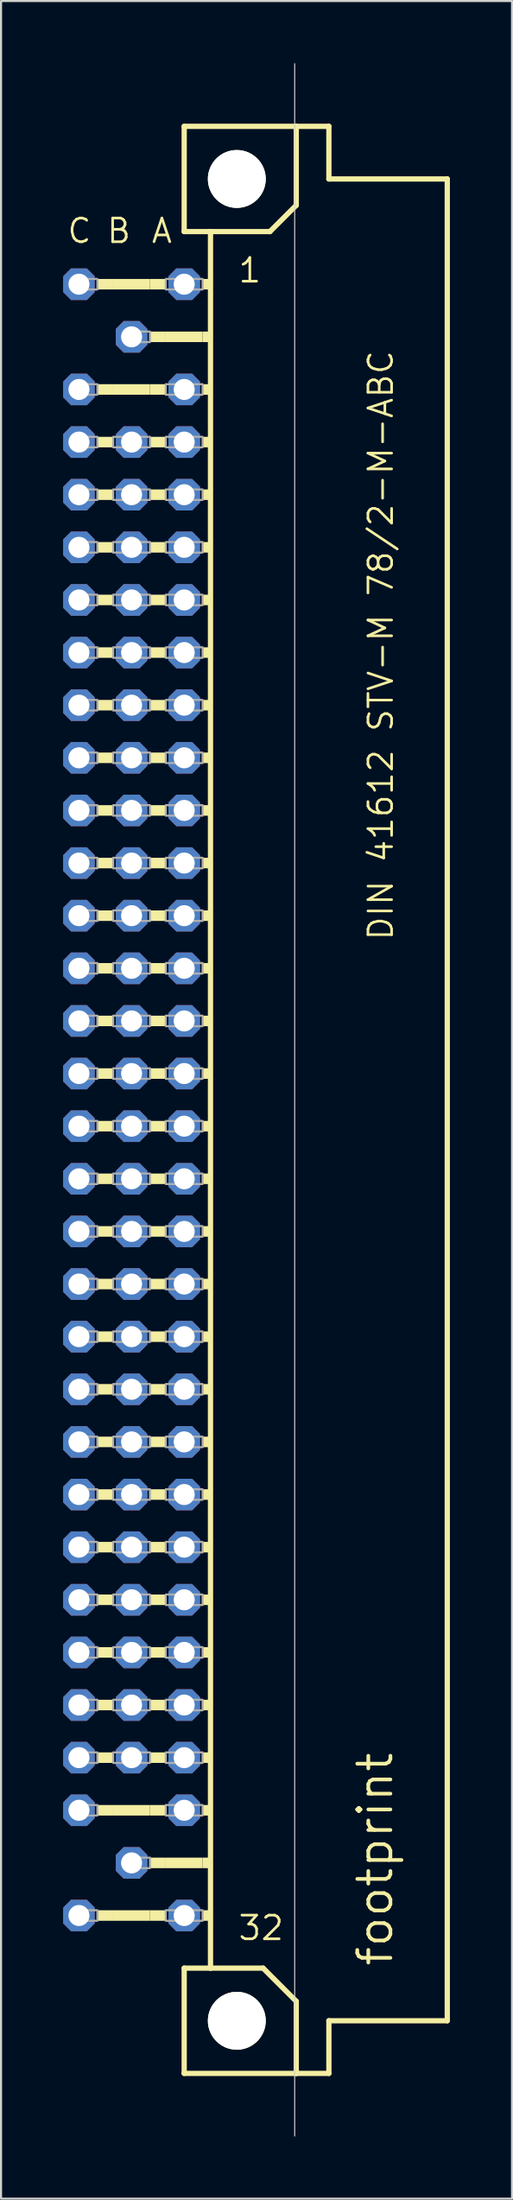
<source format=kicad_pcb>
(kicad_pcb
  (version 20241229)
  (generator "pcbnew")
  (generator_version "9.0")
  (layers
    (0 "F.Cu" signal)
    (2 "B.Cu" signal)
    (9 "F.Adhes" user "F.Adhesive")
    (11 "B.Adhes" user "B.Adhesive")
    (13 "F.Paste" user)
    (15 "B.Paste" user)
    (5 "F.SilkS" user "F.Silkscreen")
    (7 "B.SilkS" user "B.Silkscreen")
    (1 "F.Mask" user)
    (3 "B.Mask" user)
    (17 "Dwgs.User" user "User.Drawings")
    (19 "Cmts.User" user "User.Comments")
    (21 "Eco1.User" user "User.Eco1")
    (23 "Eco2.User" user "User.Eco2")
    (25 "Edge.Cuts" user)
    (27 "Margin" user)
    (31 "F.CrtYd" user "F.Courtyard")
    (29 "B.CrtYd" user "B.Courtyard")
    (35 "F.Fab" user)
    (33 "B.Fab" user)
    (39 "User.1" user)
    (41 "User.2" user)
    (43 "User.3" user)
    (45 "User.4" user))
  (footprint "footprint"
    (layer "F.Cu")
    (at 8.382 50.038)
    (property "Reference" "footprint" (at 7.62 41.91 90) (layer "F.SilkS") (effects (font (size 1.6 1.6) (thickness 0.178)) (justify left bottom)))
    (fp_line (start -2.54 -46.99) (end -2.54 -41.91) (stroke (width 0.254) (type solid)) (layer "F.SilkS"))
    (fp_line (start -2.54 -41.91) (end -1.27 -41.91) (stroke (width 0.254) (type solid)) (layer "F.SilkS"))
    (fp_line (start -2.54 41.91) (end -2.54 46.99) (stroke (width 0.254) (type solid)) (layer "F.SilkS"))
    (fp_line (start -2.54 41.91) (end -1.27 41.91) (stroke (width 0.254) (type solid)) (layer "F.SilkS"))
    (fp_line (start -2.54 46.99) (end 2.87 46.99) (stroke (width 0.254) (type solid)) (layer "F.SilkS"))
    (fp_line (start -1.27 -41.91) (end -1.27 41.91) (stroke (width 0.254) (type solid)) (layer "F.SilkS"))
    (fp_line (start -1.27 -41.91) (end 1.6 -41.91) (stroke (width 0.254) (type solid)) (layer "F.SilkS"))
    (fp_line (start -1.27 41.91) (end 1.27 41.91) (stroke (width 0.254) (type solid)) (layer "F.SilkS"))
    (fp_line (start 1.6 -41.91) (end 2.87 -43.18) (stroke (width 0.254) (type solid)) (layer "F.SilkS"))
    (fp_line (start 2.87 -46.99) (end -2.54 -46.99) (stroke (width 0.254) (type solid)) (layer "F.SilkS"))
    (fp_line (start 2.87 -43.18) (end 2.87 -46.99) (stroke (width 0.254) (type solid)) (layer "F.SilkS"))
    (fp_line (start 2.87 43.51) (end 1.27 41.91) (stroke (width 0.254) (type solid)) (layer "F.SilkS"))
    (fp_line (start 2.87 43.51) (end 2.87 46.99) (stroke (width 0.254) (type solid)) (layer "F.SilkS"))
    (fp_line (start 2.87 46.99) (end 4.445 46.99) (stroke (width 0.254) (type solid)) (layer "F.SilkS"))
    (fp_line (start 4.445 -46.99) (end 2.87 -46.99) (stroke (width 0.254) (type solid)) (layer "F.SilkS"))
    (fp_line (start 4.445 -44.45) (end 4.445 -46.99) (stroke (width 0.254) (type solid)) (layer "F.SilkS"))
    (fp_line (start 4.445 44.45) (end 10.16 44.45) (stroke (width 0.254) (type solid)) (layer "F.SilkS"))
    (fp_line (start 4.445 46.99) (end 4.445 44.45) (stroke (width 0.254) (type solid)) (layer "F.SilkS"))
    (fp_line (start 10.16 -44.45) (end 4.445 -44.45) (stroke (width 0.254) (type solid)) (layer "F.SilkS"))
    (fp_line (start 10.16 44.45) (end 10.16 -44.45) (stroke (width 0.254) (type solid)) (layer "F.SilkS"))
    (fp_circle (center 0 -44.45) (end 1.27 -44.45) (stroke (width 0.254) (type solid)) (fill no) (layer "F.SilkS"))
    (fp_circle (center 0 44.45) (end 1.27 44.45) (stroke (width 0.254) (type solid)) (fill no) (layer "F.SilkS"))
    (fp_poly (pts (xy -6.731 -39.116) (xy -5.969 -39.116) (xy -5.969 -39.624) (xy -6.731 -39.624)) (stroke (width 0) (type solid)) (fill yes) (layer "F.SilkS"))
    (fp_poly (pts (xy -6.731 -34.036) (xy -5.969 -34.036) (xy -5.969 -34.544) (xy -6.731 -34.544)) (stroke (width 0) (type solid)) (fill yes) (layer "F.SilkS"))
    (fp_poly (pts (xy -6.731 -31.496) (xy -5.969 -31.496) (xy -5.969 -32.004) (xy -6.731 -32.004)) (stroke (width 0) (type solid)) (fill yes) (layer "F.SilkS"))
    (fp_poly (pts (xy -6.731 -28.956) (xy -5.969 -28.956) (xy -5.969 -29.464) (xy -6.731 -29.464)) (stroke (width 0) (type solid)) (fill yes) (layer "F.SilkS"))
    (fp_poly (pts (xy -6.731 -26.416) (xy -5.969 -26.416) (xy -5.969 -26.924) (xy -6.731 -26.924)) (stroke (width 0) (type solid)) (fill yes) (layer "F.SilkS"))
    (fp_poly (pts (xy -6.731 -23.876) (xy -5.969 -23.876) (xy -5.969 -24.384) (xy -6.731 -24.384)) (stroke (width 0) (type solid)) (fill yes) (layer "F.SilkS"))
    (fp_poly (pts (xy -6.731 -21.336) (xy -5.969 -21.336) (xy -5.969 -21.844) (xy -6.731 -21.844)) (stroke (width 0) (type solid)) (fill yes) (layer "F.SilkS"))
    (fp_poly (pts (xy -6.731 -18.796) (xy -5.969 -18.796) (xy -5.969 -19.304) (xy -6.731 -19.304)) (stroke (width 0) (type solid)) (fill yes) (layer "F.SilkS"))
    (fp_poly (pts (xy -6.731 -16.256) (xy -5.969 -16.256) (xy -5.969 -16.764) (xy -6.731 -16.764)) (stroke (width 0) (type solid)) (fill yes) (layer "F.SilkS"))
    (fp_poly (pts (xy -6.731 -13.716) (xy -5.969 -13.716) (xy -5.969 -14.224) (xy -6.731 -14.224)) (stroke (width 0) (type solid)) (fill yes) (layer "F.SilkS"))
    (fp_poly (pts (xy -6.731 -11.176) (xy -5.969 -11.176) (xy -5.969 -11.684) (xy -6.731 -11.684)) (stroke (width 0) (type solid)) (fill yes) (layer "F.SilkS"))
    (fp_poly (pts (xy -6.731 -8.636) (xy -5.969 -8.636) (xy -5.969 -9.144) (xy -6.731 -9.144)) (stroke (width 0) (type solid)) (fill yes) (layer "F.SilkS"))
    (fp_poly (pts (xy -6.731 -6.096) (xy -5.969 -6.096) (xy -5.969 -6.604) (xy -6.731 -6.604)) (stroke (width 0) (type solid)) (fill yes) (layer "F.SilkS"))
    (fp_poly (pts (xy -6.731 -3.556) (xy -5.969 -3.556) (xy -5.969 -4.064) (xy -6.731 -4.064)) (stroke (width 0) (type solid)) (fill yes) (layer "F.SilkS"))
    (fp_poly (pts (xy -6.731 -1.016) (xy -5.969 -1.016) (xy -5.969 -1.524) (xy -6.731 -1.524)) (stroke (width 0) (type solid)) (fill yes) (layer "F.SilkS"))
    (fp_poly (pts (xy -6.731 1.524) (xy -5.969 1.524) (xy -5.969 1.016) (xy -6.731 1.016)) (stroke (width 0) (type solid)) (fill yes) (layer "F.SilkS"))
    (fp_poly (pts (xy -6.731 4.064) (xy -5.969 4.064) (xy -5.969 3.556) (xy -6.731 3.556)) (stroke (width 0) (type solid)) (fill yes) (layer "F.SilkS"))
    (fp_poly (pts (xy -6.731 6.604) (xy -5.969 6.604) (xy -5.969 6.096) (xy -6.731 6.096)) (stroke (width 0) (type solid)) (fill yes) (layer "F.SilkS"))
    (fp_poly (pts (xy -6.731 9.144) (xy -5.969 9.144) (xy -5.969 8.636) (xy -6.731 8.636)) (stroke (width 0) (type solid)) (fill yes) (layer "F.SilkS"))
    (fp_poly (pts (xy -6.731 11.684) (xy -5.969 11.684) (xy -5.969 11.176) (xy -6.731 11.176)) (stroke (width 0) (type solid)) (fill yes) (layer "F.SilkS"))
    (fp_poly (pts (xy -6.731 14.224) (xy -5.969 14.224) (xy -5.969 13.716) (xy -6.731 13.716)) (stroke (width 0) (type solid)) (fill yes) (layer "F.SilkS"))
    (fp_poly (pts (xy -6.731 16.764) (xy -5.969 16.764) (xy -5.969 16.256) (xy -6.731 16.256)) (stroke (width 0) (type solid)) (fill yes) (layer "F.SilkS"))
    (fp_poly (pts (xy -6.731 19.304) (xy -5.969 19.304) (xy -5.969 18.796) (xy -6.731 18.796)) (stroke (width 0) (type solid)) (fill yes) (layer "F.SilkS"))
    (fp_poly (pts (xy -6.731 21.844) (xy -5.969 21.844) (xy -5.969 21.336) (xy -6.731 21.336)) (stroke (width 0) (type solid)) (fill yes) (layer "F.SilkS"))
    (fp_poly (pts (xy -6.731 24.384) (xy -5.969 24.384) (xy -5.969 23.876) (xy -6.731 23.876)) (stroke (width 0) (type solid)) (fill yes) (layer "F.SilkS"))
    (fp_poly (pts (xy -6.731 26.924) (xy -5.969 26.924) (xy -5.969 26.416) (xy -6.731 26.416)) (stroke (width 0) (type solid)) (fill yes) (layer "F.SilkS"))
    (fp_poly (pts (xy -6.731 29.464) (xy -5.969 29.464) (xy -5.969 28.956) (xy -6.731 28.956)) (stroke (width 0) (type solid)) (fill yes) (layer "F.SilkS"))
    (fp_poly (pts (xy -6.731 32.004) (xy -5.969 32.004) (xy -5.969 31.496) (xy -6.731 31.496)) (stroke (width 0) (type solid)) (fill yes) (layer "F.SilkS"))
    (fp_poly (pts (xy -6.731 34.544) (xy -5.969 34.544) (xy -5.969 34.036) (xy -6.731 34.036)) (stroke (width 0) (type solid)) (fill yes) (layer "F.SilkS"))
    (fp_poly (pts (xy -6.731 39.624) (xy -5.969 39.624) (xy -5.969 39.116) (xy -6.731 39.116)) (stroke (width 0) (type solid)) (fill yes) (layer "F.SilkS"))
    (fp_poly (pts (xy -5.969 -39.116) (xy -4.191 -39.116) (xy -4.191 -39.624) (xy -5.969 -39.624)) (stroke (width 0) (type solid)) (fill yes) (layer "F.SilkS"))
    (fp_poly (pts (xy -5.969 -34.036) (xy -4.191 -34.036) (xy -4.191 -34.544) (xy -5.969 -34.544)) (stroke (width 0) (type solid)) (fill yes) (layer "F.SilkS"))
    (fp_poly (pts (xy -5.969 34.544) (xy -4.191 34.544) (xy -4.191 34.036) (xy -5.969 34.036)) (stroke (width 0) (type solid)) (fill yes) (layer "F.SilkS"))
    (fp_poly (pts (xy -5.969 39.624) (xy -4.191 39.624) (xy -4.191 39.116) (xy -5.969 39.116)) (stroke (width 0) (type solid)) (fill yes) (layer "F.SilkS"))
    (fp_poly (pts (xy -4.191 -39.116) (xy -3.429 -39.116) (xy -3.429 -39.624) (xy -4.191 -39.624)) (stroke (width 0) (type solid)) (fill yes) (layer "F.SilkS"))
    (fp_poly (pts (xy -4.191 -36.576) (xy -3.429 -36.576) (xy -3.429 -37.084) (xy -4.191 -37.084)) (stroke (width 0) (type solid)) (fill yes) (layer "F.SilkS"))
    (fp_poly (pts (xy -4.191 -34.036) (xy -3.429 -34.036) (xy -3.429 -34.544) (xy -4.191 -34.544)) (stroke (width 0) (type solid)) (fill yes) (layer "F.SilkS"))
    (fp_poly (pts (xy -4.191 -31.496) (xy -3.429 -31.496) (xy -3.429 -32.004) (xy -4.191 -32.004)) (stroke (width 0) (type solid)) (fill yes) (layer "F.SilkS"))
    (fp_poly (pts (xy -4.191 -28.956) (xy -3.429 -28.956) (xy -3.429 -29.464) (xy -4.191 -29.464)) (stroke (width 0) (type solid)) (fill yes) (layer "F.SilkS"))
    (fp_poly (pts (xy -4.191 -26.416) (xy -3.429 -26.416) (xy -3.429 -26.924) (xy -4.191 -26.924)) (stroke (width 0) (type solid)) (fill yes) (layer "F.SilkS"))
    (fp_poly (pts (xy -4.191 -23.876) (xy -3.429 -23.876) (xy -3.429 -24.384) (xy -4.191 -24.384)) (stroke (width 0) (type solid)) (fill yes) (layer "F.SilkS"))
    (fp_poly (pts (xy -4.191 -21.336) (xy -3.429 -21.336) (xy -3.429 -21.844) (xy -4.191 -21.844)) (stroke (width 0) (type solid)) (fill yes) (layer "F.SilkS"))
    (fp_poly (pts (xy -4.191 -18.796) (xy -3.429 -18.796) (xy -3.429 -19.304) (xy -4.191 -19.304)) (stroke (width 0) (type solid)) (fill yes) (layer "F.SilkS"))
    (fp_poly (pts (xy -4.191 -16.256) (xy -3.429 -16.256) (xy -3.429 -16.764) (xy -4.191 -16.764)) (stroke (width 0) (type solid)) (fill yes) (layer "F.SilkS"))
    (fp_poly (pts (xy -4.191 -13.716) (xy -3.429 -13.716) (xy -3.429 -14.224) (xy -4.191 -14.224)) (stroke (width 0) (type solid)) (fill yes) (layer "F.SilkS"))
    (fp_poly (pts (xy -4.191 -11.176) (xy -3.429 -11.176) (xy -3.429 -11.684) (xy -4.191 -11.684)) (stroke (width 0) (type solid)) (fill yes) (layer "F.SilkS"))
    (fp_poly (pts (xy -4.191 -8.636) (xy -3.429 -8.636) (xy -3.429 -9.144) (xy -4.191 -9.144)) (stroke (width 0) (type solid)) (fill yes) (layer "F.SilkS"))
    (fp_poly (pts (xy -4.191 -6.096) (xy -3.429 -6.096) (xy -3.429 -6.604) (xy -4.191 -6.604)) (stroke (width 0) (type solid)) (fill yes) (layer "F.SilkS"))
    (fp_poly (pts (xy -4.191 -3.556) (xy -3.429 -3.556) (xy -3.429 -4.064) (xy -4.191 -4.064)) (stroke (width 0) (type solid)) (fill yes) (layer "F.SilkS"))
    (fp_poly (pts (xy -4.191 -1.016) (xy -3.429 -1.016) (xy -3.429 -1.524) (xy -4.191 -1.524)) (stroke (width 0) (type solid)) (fill yes) (layer "F.SilkS"))
    (fp_poly (pts (xy -4.191 1.524) (xy -3.429 1.524) (xy -3.429 1.016) (xy -4.191 1.016)) (stroke (width 0) (type solid)) (fill yes) (layer "F.SilkS"))
    (fp_poly (pts (xy -4.191 4.064) (xy -3.429 4.064) (xy -3.429 3.556) (xy -4.191 3.556)) (stroke (width 0) (type solid)) (fill yes) (layer "F.SilkS"))
    (fp_poly (pts (xy -4.191 6.604) (xy -3.429 6.604) (xy -3.429 6.096) (xy -4.191 6.096)) (stroke (width 0) (type solid)) (fill yes) (layer "F.SilkS"))
    (fp_poly (pts (xy -4.191 9.144) (xy -3.429 9.144) (xy -3.429 8.636) (xy -4.191 8.636)) (stroke (width 0) (type solid)) (fill yes) (layer "F.SilkS"))
    (fp_poly (pts (xy -4.191 11.684) (xy -3.429 11.684) (xy -3.429 11.176) (xy -4.191 11.176)) (stroke (width 0) (type solid)) (fill yes) (layer "F.SilkS"))
    (fp_poly (pts (xy -4.191 14.224) (xy -3.429 14.224) (xy -3.429 13.716) (xy -4.191 13.716)) (stroke (width 0) (type solid)) (fill yes) (layer "F.SilkS"))
    (fp_poly (pts (xy -4.191 16.764) (xy -3.429 16.764) (xy -3.429 16.256) (xy -4.191 16.256)) (stroke (width 0) (type solid)) (fill yes) (layer "F.SilkS"))
    (fp_poly (pts (xy -4.191 19.304) (xy -3.429 19.304) (xy -3.429 18.796) (xy -4.191 18.796)) (stroke (width 0) (type solid)) (fill yes) (layer "F.SilkS"))
    (fp_poly (pts (xy -4.191 21.844) (xy -3.429 21.844) (xy -3.429 21.336) (xy -4.191 21.336)) (stroke (width 0) (type solid)) (fill yes) (layer "F.SilkS"))
    (fp_poly (pts (xy -4.191 24.384) (xy -3.429 24.384) (xy -3.429 23.876) (xy -4.191 23.876)) (stroke (width 0) (type solid)) (fill yes) (layer "F.SilkS"))
    (fp_poly (pts (xy -4.191 26.924) (xy -3.429 26.924) (xy -3.429 26.416) (xy -4.191 26.416)) (stroke (width 0) (type solid)) (fill yes) (layer "F.SilkS"))
    (fp_poly (pts (xy -4.191 29.464) (xy -3.429 29.464) (xy -3.429 28.956) (xy -4.191 28.956)) (stroke (width 0) (type solid)) (fill yes) (layer "F.SilkS"))
    (fp_poly (pts (xy -4.191 32.004) (xy -3.429 32.004) (xy -3.429 31.496) (xy -4.191 31.496)) (stroke (width 0) (type solid)) (fill yes) (layer "F.SilkS"))
    (fp_poly (pts (xy -4.191 34.544) (xy -3.429 34.544) (xy -3.429 34.036) (xy -4.191 34.036)) (stroke (width 0) (type solid)) (fill yes) (layer "F.SilkS"))
    (fp_poly (pts (xy -4.191 37.084) (xy -3.429 37.084) (xy -3.429 36.576) (xy -4.191 36.576)) (stroke (width 0) (type solid)) (fill yes) (layer "F.SilkS"))
    (fp_poly (pts (xy -4.191 39.624) (xy -3.429 39.624) (xy -3.429 39.116) (xy -4.191 39.116)) (stroke (width 0) (type solid)) (fill yes) (layer "F.SilkS"))
    (fp_poly (pts (xy -3.429 -36.576) (xy -1.651 -36.576) (xy -1.651 -37.084) (xy -3.429 -37.084)) (stroke (width 0) (type solid)) (fill yes) (layer "F.SilkS"))
    (fp_poly (pts (xy -3.429 37.084) (xy -1.651 37.084) (xy -1.651 36.576) (xy -3.429 36.576)) (stroke (width 0) (type solid)) (fill yes) (layer "F.SilkS"))
    (fp_poly (pts (xy -1.651 -39.116) (xy -1.27 -39.116) (xy -1.27 -39.624) (xy -1.651 -39.624)) (stroke (width 0) (type solid)) (fill yes) (layer "F.SilkS"))
    (fp_poly (pts (xy -1.651 -36.576) (xy -1.27 -36.576) (xy -1.27 -37.084) (xy -1.651 -37.084)) (stroke (width 0) (type solid)) (fill yes) (layer "F.SilkS"))
    (fp_poly (pts (xy -1.651 -34.036) (xy -1.27 -34.036) (xy -1.27 -34.544) (xy -1.651 -34.544)) (stroke (width 0) (type solid)) (fill yes) (layer "F.SilkS"))
    (fp_poly (pts (xy -1.651 -31.496) (xy -1.27 -31.496) (xy -1.27 -32.004) (xy -1.651 -32.004)) (stroke (width 0) (type solid)) (fill yes) (layer "F.SilkS"))
    (fp_poly (pts (xy -1.651 -28.956) (xy -1.27 -28.956) (xy -1.27 -29.464) (xy -1.651 -29.464)) (stroke (width 0) (type solid)) (fill yes) (layer "F.SilkS"))
    (fp_poly (pts (xy -1.651 -26.416) (xy -1.27 -26.416) (xy -1.27 -26.924) (xy -1.651 -26.924)) (stroke (width 0) (type solid)) (fill yes) (layer "F.SilkS"))
    (fp_poly (pts (xy -1.651 -23.876) (xy -1.27 -23.876) (xy -1.27 -24.384) (xy -1.651 -24.384)) (stroke (width 0) (type solid)) (fill yes) (layer "F.SilkS"))
    (fp_poly (pts (xy -1.651 -21.336) (xy -1.27 -21.336) (xy -1.27 -21.844) (xy -1.651 -21.844)) (stroke (width 0) (type solid)) (fill yes) (layer "F.SilkS"))
    (fp_poly (pts (xy -1.651 -18.796) (xy -1.27 -18.796) (xy -1.27 -19.304) (xy -1.651 -19.304)) (stroke (width 0) (type solid)) (fill yes) (layer "F.SilkS"))
    (fp_poly (pts (xy -1.651 -16.256) (xy -1.27 -16.256) (xy -1.27 -16.764) (xy -1.651 -16.764)) (stroke (width 0) (type solid)) (fill yes) (layer "F.SilkS"))
    (fp_poly (pts (xy -1.651 -13.716) (xy -1.27 -13.716) (xy -1.27 -14.224) (xy -1.651 -14.224)) (stroke (width 0) (type solid)) (fill yes) (layer "F.SilkS"))
    (fp_poly (pts (xy -1.651 -11.176) (xy -1.27 -11.176) (xy -1.27 -11.684) (xy -1.651 -11.684)) (stroke (width 0) (type solid)) (fill yes) (layer "F.SilkS"))
    (fp_poly (pts (xy -1.651 -8.636) (xy -1.27 -8.636) (xy -1.27 -9.144) (xy -1.651 -9.144)) (stroke (width 0) (type solid)) (fill yes) (layer "F.SilkS"))
    (fp_poly (pts (xy -1.651 -6.096) (xy -1.27 -6.096) (xy -1.27 -6.604) (xy -1.651 -6.604)) (stroke (width 0) (type solid)) (fill yes) (layer "F.SilkS"))
    (fp_poly (pts (xy -1.651 -3.556) (xy -1.27 -3.556) (xy -1.27 -4.064) (xy -1.651 -4.064)) (stroke (width 0) (type solid)) (fill yes) (layer "F.SilkS"))
    (fp_poly (pts (xy -1.651 -1.016) (xy -1.27 -1.016) (xy -1.27 -1.524) (xy -1.651 -1.524)) (stroke (width 0) (type solid)) (fill yes) (layer "F.SilkS"))
    (fp_poly (pts (xy -1.651 1.524) (xy -1.27 1.524) (xy -1.27 1.016) (xy -1.651 1.016)) (stroke (width 0) (type solid)) (fill yes) (layer "F.SilkS"))
    (fp_poly (pts (xy -1.651 4.064) (xy -1.27 4.064) (xy -1.27 3.556) (xy -1.651 3.556)) (stroke (width 0) (type solid)) (fill yes) (layer "F.SilkS"))
    (fp_poly (pts (xy -1.651 6.604) (xy -1.27 6.604) (xy -1.27 6.096) (xy -1.651 6.096)) (stroke (width 0) (type solid)) (fill yes) (layer "F.SilkS"))
    (fp_poly (pts (xy -1.651 9.144) (xy -1.27 9.144) (xy -1.27 8.636) (xy -1.651 8.636)) (stroke (width 0) (type solid)) (fill yes) (layer "F.SilkS"))
    (fp_poly (pts (xy -1.651 11.684) (xy -1.27 11.684) (xy -1.27 11.176) (xy -1.651 11.176)) (stroke (width 0) (type solid)) (fill yes) (layer "F.SilkS"))
    (fp_poly (pts (xy -1.651 14.224) (xy -1.27 14.224) (xy -1.27 13.716) (xy -1.651 13.716)) (stroke (width 0) (type solid)) (fill yes) (layer "F.SilkS"))
    (fp_poly (pts (xy -1.651 16.764) (xy -1.27 16.764) (xy -1.27 16.256) (xy -1.651 16.256)) (stroke (width 0) (type solid)) (fill yes) (layer "F.SilkS"))
    (fp_poly (pts (xy -1.651 19.304) (xy -1.27 19.304) (xy -1.27 18.796) (xy -1.651 18.796)) (stroke (width 0) (type solid)) (fill yes) (layer "F.SilkS"))
    (fp_poly (pts (xy -1.651 21.844) (xy -1.27 21.844) (xy -1.27 21.336) (xy -1.651 21.336)) (stroke (width 0) (type solid)) (fill yes) (layer "F.SilkS"))
    (fp_poly (pts (xy -1.651 24.384) (xy -1.27 24.384) (xy -1.27 23.876) (xy -1.651 23.876)) (stroke (width 0) (type solid)) (fill yes) (layer "F.SilkS"))
    (fp_poly (pts (xy -1.651 26.924) (xy -1.27 26.924) (xy -1.27 26.416) (xy -1.651 26.416)) (stroke (width 0) (type solid)) (fill yes) (layer "F.SilkS"))
    (fp_poly (pts (xy -1.651 29.464) (xy -1.27 29.464) (xy -1.27 28.956) (xy -1.651 28.956)) (stroke (width 0) (type solid)) (fill yes) (layer "F.SilkS"))
    (fp_poly (pts (xy -1.651 32.004) (xy -1.27 32.004) (xy -1.27 31.496) (xy -1.651 31.496)) (stroke (width 0) (type solid)) (fill yes) (layer "F.SilkS"))
    (fp_poly (pts (xy -1.651 34.544) (xy -1.27 34.544) (xy -1.27 34.036) (xy -1.651 34.036)) (stroke (width 0) (type solid)) (fill yes) (layer "F.SilkS"))
    (fp_poly (pts (xy -1.651 37.084) (xy -1.27 37.084) (xy -1.27 36.576) (xy -1.651 36.576)) (stroke (width 0) (type solid)) (fill yes) (layer "F.SilkS"))
    (fp_poly (pts (xy -1.651 39.624) (xy -1.27 39.624) (xy -1.27 39.116) (xy -1.651 39.116)) (stroke (width 0) (type solid)) (fill yes) (layer "F.SilkS"))
    (fp_line (start 2.794 50.013) (end 2.794 -50.013) (stroke (width 0.05) (type solid)) (layer "Edge.Cuts"))
    (fp_poly (pts (xy -7.874 -39.116) (xy -6.731 -39.116) (xy -6.731 -39.624) (xy -7.874 -39.624)) (stroke (width 0.1) (type solid)) (fill no) (layer "F.Fab"))
    (fp_poly (pts (xy -7.874 -34.036) (xy -6.731 -34.036) (xy -6.731 -34.544) (xy -7.874 -34.544)) (stroke (width 0.1) (type solid)) (fill no) (layer "F.Fab"))
    (fp_poly (pts (xy -7.874 -31.496) (xy -6.731 -31.496) (xy -6.731 -32.004) (xy -7.874 -32.004)) (stroke (width 0.1) (type solid)) (fill no) (layer "F.Fab"))
    (fp_poly (pts (xy -7.874 -28.956) (xy -6.731 -28.956) (xy -6.731 -29.464) (xy -7.874 -29.464)) (stroke (width 0.1) (type solid)) (fill no) (layer "F.Fab"))
    (fp_poly (pts (xy -7.874 -26.416) (xy -6.731 -26.416) (xy -6.731 -26.924) (xy -7.874 -26.924)) (stroke (width 0.1) (type solid)) (fill no) (layer "F.Fab"))
    (fp_poly (pts (xy -7.874 -23.876) (xy -6.731 -23.876) (xy -6.731 -24.384) (xy -7.874 -24.384)) (stroke (width 0.1) (type solid)) (fill no) (layer "F.Fab"))
    (fp_poly (pts (xy -7.874 -21.336) (xy -6.731 -21.336) (xy -6.731 -21.844) (xy -7.874 -21.844)) (stroke (width 0.1) (type solid)) (fill no) (layer "F.Fab"))
    (fp_poly (pts (xy -7.874 -18.796) (xy -6.731 -18.796) (xy -6.731 -19.304) (xy -7.874 -19.304)) (stroke (width 0.1) (type solid)) (fill no) (layer "F.Fab"))
    (fp_poly (pts (xy -7.874 -16.256) (xy -6.731 -16.256) (xy -6.731 -16.764) (xy -7.874 -16.764)) (stroke (width 0.1) (type solid)) (fill no) (layer "F.Fab"))
    (fp_poly (pts (xy -7.874 -13.716) (xy -6.731 -13.716) (xy -6.731 -14.224) (xy -7.874 -14.224)) (stroke (width 0.1) (type solid)) (fill no) (layer "F.Fab"))
    (fp_poly (pts (xy -7.874 -11.176) (xy -6.731 -11.176) (xy -6.731 -11.684) (xy -7.874 -11.684)) (stroke (width 0.1) (type solid)) (fill no) (layer "F.Fab"))
    (fp_poly (pts (xy -7.874 -8.636) (xy -6.731 -8.636) (xy -6.731 -9.144) (xy -7.874 -9.144)) (stroke (width 0.1) (type solid)) (fill no) (layer "F.Fab"))
    (fp_poly (pts (xy -7.874 -6.096) (xy -6.731 -6.096) (xy -6.731 -6.604) (xy -7.874 -6.604)) (stroke (width 0.1) (type solid)) (fill no) (layer "F.Fab"))
    (fp_poly (pts (xy -7.874 -3.556) (xy -6.731 -3.556) (xy -6.731 -4.064) (xy -7.874 -4.064)) (stroke (width 0.1) (type solid)) (fill no) (layer "F.Fab"))
    (fp_poly (pts (xy -7.874 -1.016) (xy -6.731 -1.016) (xy -6.731 -1.524) (xy -7.874 -1.524)) (stroke (width 0.1) (type solid)) (fill no) (layer "F.Fab"))
    (fp_poly (pts (xy -7.874 1.524) (xy -6.731 1.524) (xy -6.731 1.016) (xy -7.874 1.016)) (stroke (width 0.1) (type solid)) (fill no) (layer "F.Fab"))
    (fp_poly (pts (xy -7.874 4.064) (xy -6.731 4.064) (xy -6.731 3.556) (xy -7.874 3.556)) (stroke (width 0.1) (type solid)) (fill no) (layer "F.Fab"))
    (fp_poly (pts (xy -7.874 6.604) (xy -6.731 6.604) (xy -6.731 6.096) (xy -7.874 6.096)) (stroke (width 0.1) (type solid)) (fill no) (layer "F.Fab"))
    (fp_poly (pts (xy -7.874 9.144) (xy -6.731 9.144) (xy -6.731 8.636) (xy -7.874 8.636)) (stroke (width 0.1) (type solid)) (fill no) (layer "F.Fab"))
    (fp_poly (pts (xy -7.874 11.684) (xy -6.731 11.684) (xy -6.731 11.176) (xy -7.874 11.176)) (stroke (width 0.1) (type solid)) (fill no) (layer "F.Fab"))
    (fp_poly (pts (xy -7.874 14.224) (xy -6.731 14.224) (xy -6.731 13.716) (xy -7.874 13.716)) (stroke (width 0.1) (type solid)) (fill no) (layer "F.Fab"))
    (fp_poly (pts (xy -7.874 16.764) (xy -6.731 16.764) (xy -6.731 16.256) (xy -7.874 16.256)) (stroke (width 0.1) (type solid)) (fill no) (layer "F.Fab"))
    (fp_poly (pts (xy -7.874 19.304) (xy -6.731 19.304) (xy -6.731 18.796) (xy -7.874 18.796)) (stroke (width 0.1) (type solid)) (fill no) (layer "F.Fab"))
    (fp_poly (pts (xy -7.874 21.844) (xy -6.731 21.844) (xy -6.731 21.336) (xy -7.874 21.336)) (stroke (width 0.1) (type solid)) (fill no) (layer "F.Fab"))
    (fp_poly (pts (xy -7.874 24.384) (xy -6.731 24.384) (xy -6.731 23.876) (xy -7.874 23.876)) (stroke (width 0.1) (type solid)) (fill no) (layer "F.Fab"))
    (fp_poly (pts (xy -7.874 26.924) (xy -6.731 26.924) (xy -6.731 26.416) (xy -7.874 26.416)) (stroke (width 0.1) (type solid)) (fill no) (layer "F.Fab"))
    (fp_poly (pts (xy -7.874 29.464) (xy -6.731 29.464) (xy -6.731 28.956) (xy -7.874 28.956)) (stroke (width 0.1) (type solid)) (fill no) (layer "F.Fab"))
    (fp_poly (pts (xy -7.874 32.004) (xy -6.731 32.004) (xy -6.731 31.496) (xy -7.874 31.496)) (stroke (width 0.1) (type solid)) (fill no) (layer "F.Fab"))
    (fp_poly (pts (xy -7.874 34.544) (xy -6.731 34.544) (xy -6.731 34.036) (xy -7.874 34.036)) (stroke (width 0.1) (type solid)) (fill no) (layer "F.Fab"))
    (fp_poly (pts (xy -7.874 39.624) (xy -6.731 39.624) (xy -6.731 39.116) (xy -7.874 39.116)) (stroke (width 0.1) (type solid)) (fill no) (layer "F.Fab"))
    (fp_poly (pts (xy -5.969 -31.496) (xy -4.191 -31.496) (xy -4.191 -32.004) (xy -5.969 -32.004)) (stroke (width 0.1) (type solid)) (fill no) (layer "F.Fab"))
    (fp_poly (pts (xy -5.969 -28.956) (xy -4.191 -28.956) (xy -4.191 -29.464) (xy -5.969 -29.464)) (stroke (width 0.1) (type solid)) (fill no) (layer "F.Fab"))
    (fp_poly (pts (xy -5.969 -26.416) (xy -4.191 -26.416) (xy -4.191 -26.924) (xy -5.969 -26.924)) (stroke (width 0.1) (type solid)) (fill no) (layer "F.Fab"))
    (fp_poly (pts (xy -5.969 -23.876) (xy -4.191 -23.876) (xy -4.191 -24.384) (xy -5.969 -24.384)) (stroke (width 0.1) (type solid)) (fill no) (layer "F.Fab"))
    (fp_poly (pts (xy -5.969 -21.336) (xy -4.191 -21.336) (xy -4.191 -21.844) (xy -5.969 -21.844)) (stroke (width 0.1) (type solid)) (fill no) (layer "F.Fab"))
    (fp_poly (pts (xy -5.969 -18.796) (xy -4.191 -18.796) (xy -4.191 -19.304) (xy -5.969 -19.304)) (stroke (width 0.1) (type solid)) (fill no) (layer "F.Fab"))
    (fp_poly (pts (xy -5.969 -16.256) (xy -4.191 -16.256) (xy -4.191 -16.764) (xy -5.969 -16.764)) (stroke (width 0.1) (type solid)) (fill no) (layer "F.Fab"))
    (fp_poly (pts (xy -5.969 -13.716) (xy -4.191 -13.716) (xy -4.191 -14.224) (xy -5.969 -14.224)) (stroke (width 0.1) (type solid)) (fill no) (layer "F.Fab"))
    (fp_poly (pts (xy -5.969 -11.176) (xy -4.191 -11.176) (xy -4.191 -11.684) (xy -5.969 -11.684)) (stroke (width 0.1) (type solid)) (fill no) (layer "F.Fab"))
    (fp_poly (pts (xy -5.969 -8.636) (xy -4.191 -8.636) (xy -4.191 -9.144) (xy -5.969 -9.144)) (stroke (width 0.1) (type solid)) (fill no) (layer "F.Fab"))
    (fp_poly (pts (xy -5.969 -6.096) (xy -4.191 -6.096) (xy -4.191 -6.604) (xy -5.969 -6.604)) (stroke (width 0.1) (type solid)) (fill no) (layer "F.Fab"))
    (fp_poly (pts (xy -5.969 -3.556) (xy -4.191 -3.556) (xy -4.191 -4.064) (xy -5.969 -4.064)) (stroke (width 0.1) (type solid)) (fill no) (layer "F.Fab"))
    (fp_poly (pts (xy -5.969 -1.016) (xy -4.191 -1.016) (xy -4.191 -1.524) (xy -5.969 -1.524)) (stroke (width 0.1) (type solid)) (fill no) (layer "F.Fab"))
    (fp_poly (pts (xy -5.969 1.524) (xy -4.191 1.524) (xy -4.191 1.016) (xy -5.969 1.016)) (stroke (width 0.1) (type solid)) (fill no) (layer "F.Fab"))
    (fp_poly (pts (xy -5.969 4.064) (xy -4.191 4.064) (xy -4.191 3.556) (xy -5.969 3.556)) (stroke (width 0.1) (type solid)) (fill no) (layer "F.Fab"))
    (fp_poly (pts (xy -5.969 6.604) (xy -4.191 6.604) (xy -4.191 6.096) (xy -5.969 6.096)) (stroke (width 0.1) (type solid)) (fill no) (layer "F.Fab"))
    (fp_poly (pts (xy -5.969 9.144) (xy -4.191 9.144) (xy -4.191 8.636) (xy -5.969 8.636)) (stroke (width 0.1) (type solid)) (fill no) (layer "F.Fab"))
    (fp_poly (pts (xy -5.969 11.684) (xy -4.191 11.684) (xy -4.191 11.176) (xy -5.969 11.176)) (stroke (width 0.1) (type solid)) (fill no) (layer "F.Fab"))
    (fp_poly (pts (xy -5.969 14.224) (xy -4.191 14.224) (xy -4.191 13.716) (xy -5.969 13.716)) (stroke (width 0.1) (type solid)) (fill no) (layer "F.Fab"))
    (fp_poly (pts (xy -5.969 16.764) (xy -4.191 16.764) (xy -4.191 16.256) (xy -5.969 16.256)) (stroke (width 0.1) (type solid)) (fill no) (layer "F.Fab"))
    (fp_poly (pts (xy -5.969 19.304) (xy -4.191 19.304) (xy -4.191 18.796) (xy -5.969 18.796)) (stroke (width 0.1) (type solid)) (fill no) (layer "F.Fab"))
    (fp_poly (pts (xy -5.969 21.844) (xy -4.191 21.844) (xy -4.191 21.336) (xy -5.969 21.336)) (stroke (width 0.1) (type solid)) (fill no) (layer "F.Fab"))
    (fp_poly (pts (xy -5.969 24.384) (xy -4.191 24.384) (xy -4.191 23.876) (xy -5.969 23.876)) (stroke (width 0.1) (type solid)) (fill no) (layer "F.Fab"))
    (fp_poly (pts (xy -5.969 26.924) (xy -4.191 26.924) (xy -4.191 26.416) (xy -5.969 26.416)) (stroke (width 0.1) (type solid)) (fill no) (layer "F.Fab"))
    (fp_poly (pts (xy -5.969 29.464) (xy -4.191 29.464) (xy -4.191 28.956) (xy -5.969 28.956)) (stroke (width 0.1) (type solid)) (fill no) (layer "F.Fab"))
    (fp_poly (pts (xy -5.969 32.004) (xy -4.191 32.004) (xy -4.191 31.496) (xy -5.969 31.496)) (stroke (width 0.1) (type solid)) (fill no) (layer "F.Fab"))
    (fp_poly (pts (xy -5.334 -36.576) (xy -4.191 -36.576) (xy -4.191 -37.084) (xy -5.334 -37.084)) (stroke (width 0.1) (type solid)) (fill no) (layer "F.Fab"))
    (fp_poly (pts (xy -5.334 37.084) (xy -4.191 37.084) (xy -4.191 36.576) (xy -5.334 36.576)) (stroke (width 0.1) (type solid)) (fill no) (layer "F.Fab"))
    (fp_poly (pts (xy -3.429 -39.116) (xy -1.651 -39.116) (xy -1.651 -39.624) (xy -3.429 -39.624)) (stroke (width 0.1) (type solid)) (fill no) (layer "F.Fab"))
    (fp_poly (pts (xy -3.429 -34.036) (xy -1.651 -34.036) (xy -1.651 -34.544) (xy -3.429 -34.544)) (stroke (width 0.1) (type solid)) (fill no) (layer "F.Fab"))
    (fp_poly (pts (xy -3.429 -31.496) (xy -1.651 -31.496) (xy -1.651 -32.004) (xy -3.429 -32.004)) (stroke (width 0.1) (type solid)) (fill no) (layer "F.Fab"))
    (fp_poly (pts (xy -3.429 -28.956) (xy -1.651 -28.956) (xy -1.651 -29.464) (xy -3.429 -29.464)) (stroke (width 0.1) (type solid)) (fill no) (layer "F.Fab"))
    (fp_poly (pts (xy -3.429 -26.416) (xy -1.651 -26.416) (xy -1.651 -26.924) (xy -3.429 -26.924)) (stroke (width 0.1) (type solid)) (fill no) (layer "F.Fab"))
    (fp_poly (pts (xy -3.429 -23.876) (xy -1.651 -23.876) (xy -1.651 -24.384) (xy -3.429 -24.384)) (stroke (width 0.1) (type solid)) (fill no) (layer "F.Fab"))
    (fp_poly (pts (xy -3.429 -21.336) (xy -1.651 -21.336) (xy -1.651 -21.844) (xy -3.429 -21.844)) (stroke (width 0.1) (type solid)) (fill no) (layer "F.Fab"))
    (fp_poly (pts (xy -3.429 -18.796) (xy -1.651 -18.796) (xy -1.651 -19.304) (xy -3.429 -19.304)) (stroke (width 0.1) (type solid)) (fill no) (layer "F.Fab"))
    (fp_poly (pts (xy -3.429 -16.256) (xy -1.651 -16.256) (xy -1.651 -16.764) (xy -3.429 -16.764)) (stroke (width 0.1) (type solid)) (fill no) (layer "F.Fab"))
    (fp_poly (pts (xy -3.429 -13.716) (xy -1.651 -13.716) (xy -1.651 -14.224) (xy -3.429 -14.224)) (stroke (width 0.1) (type solid)) (fill no) (layer "F.Fab"))
    (fp_poly (pts (xy -3.429 -11.176) (xy -1.651 -11.176) (xy -1.651 -11.684) (xy -3.429 -11.684)) (stroke (width 0.1) (type solid)) (fill no) (layer "F.Fab"))
    (fp_poly (pts (xy -3.429 -8.636) (xy -1.651 -8.636) (xy -1.651 -9.144) (xy -3.429 -9.144)) (stroke (width 0.1) (type solid)) (fill no) (layer "F.Fab"))
    (fp_poly (pts (xy -3.429 -6.096) (xy -1.651 -6.096) (xy -1.651 -6.604) (xy -3.429 -6.604)) (stroke (width 0.1) (type solid)) (fill no) (layer "F.Fab"))
    (fp_poly (pts (xy -3.429 -3.556) (xy -1.651 -3.556) (xy -1.651 -4.064) (xy -3.429 -4.064)) (stroke (width 0.1) (type solid)) (fill no) (layer "F.Fab"))
    (fp_poly (pts (xy -3.429 -1.016) (xy -1.651 -1.016) (xy -1.651 -1.524) (xy -3.429 -1.524)) (stroke (width 0.1) (type solid)) (fill no) (layer "F.Fab"))
    (fp_poly (pts (xy -3.429 1.524) (xy -1.651 1.524) (xy -1.651 1.016) (xy -3.429 1.016)) (stroke (width 0.1) (type solid)) (fill no) (layer "F.Fab"))
    (fp_poly (pts (xy -3.429 4.064) (xy -1.651 4.064) (xy -1.651 3.556) (xy -3.429 3.556)) (stroke (width 0.1) (type solid)) (fill no) (layer "F.Fab"))
    (fp_poly (pts (xy -3.429 6.604) (xy -1.651 6.604) (xy -1.651 6.096) (xy -3.429 6.096)) (stroke (width 0.1) (type solid)) (fill no) (layer "F.Fab"))
    (fp_poly (pts (xy -3.429 9.144) (xy -1.651 9.144) (xy -1.651 8.636) (xy -3.429 8.636)) (stroke (width 0.1) (type solid)) (fill no) (layer "F.Fab"))
    (fp_poly (pts (xy -3.429 11.684) (xy -1.651 11.684) (xy -1.651 11.176) (xy -3.429 11.176)) (stroke (width 0.1) (type solid)) (fill no) (layer "F.Fab"))
    (fp_poly (pts (xy -3.429 14.224) (xy -1.651 14.224) (xy -1.651 13.716) (xy -3.429 13.716)) (stroke (width 0.1) (type solid)) (fill no) (layer "F.Fab"))
    (fp_poly (pts (xy -3.429 16.764) (xy -1.651 16.764) (xy -1.651 16.256) (xy -3.429 16.256)) (stroke (width 0.1) (type solid)) (fill no) (layer "F.Fab"))
    (fp_poly (pts (xy -3.429 19.304) (xy -1.651 19.304) (xy -1.651 18.796) (xy -3.429 18.796)) (stroke (width 0.1) (type solid)) (fill no) (layer "F.Fab"))
    (fp_poly (pts (xy -3.429 21.844) (xy -1.651 21.844) (xy -1.651 21.336) (xy -3.429 21.336)) (stroke (width 0.1) (type solid)) (fill no) (layer "F.Fab"))
    (fp_poly (pts (xy -3.429 24.384) (xy -1.651 24.384) (xy -1.651 23.876) (xy -3.429 23.876)) (stroke (width 0.1) (type solid)) (fill no) (layer "F.Fab"))
    (fp_poly (pts (xy -3.429 26.924) (xy -1.651 26.924) (xy -1.651 26.416) (xy -3.429 26.416)) (stroke (width 0.1) (type solid)) (fill no) (layer "F.Fab"))
    (fp_poly (pts (xy -3.429 29.464) (xy -1.651 29.464) (xy -1.651 28.956) (xy -3.429 28.956)) (stroke (width 0.1) (type solid)) (fill no) (layer "F.Fab"))
    (fp_poly (pts (xy -3.429 32.004) (xy -1.651 32.004) (xy -1.651 31.496) (xy -3.429 31.496)) (stroke (width 0.1) (type solid)) (fill no) (layer "F.Fab"))
    (fp_poly (pts (xy -3.429 34.544) (xy -1.651 34.544) (xy -1.651 34.036) (xy -3.429 34.036)) (stroke (width 0.1) (type solid)) (fill no) (layer "F.Fab"))
    (fp_poly (pts (xy -3.429 39.624) (xy -1.651 39.624) (xy -1.651 39.116) (xy -3.429 39.116)) (stroke (width 0.1) (type solid)) (fill no) (layer "F.Fab"))
    (fp_text user "C" (at -8.255 -41.275 0) (layer "F.SilkS") (effects (font (size 1.143 1.143) (thickness 0.127)) (justify left bottom)))
    (fp_text user "B" (at -6.35 -41.275 0) (layer "F.SilkS") (effects (font (size 1.143 1.143) (thickness 0.127)) (justify left bottom)))
    (fp_text user "A" (at -4.191 -41.275 0) (layer "F.SilkS") (effects (font (size 1.143 1.143) (thickness 0.127)) (justify left bottom)))
    (fp_text user "1" (at 0 -39.37 0) (layer "F.SilkS") (effects (font (size 1.143 1.143) (thickness 0.127)) (justify left bottom)))
    (fp_text user "32" (at 0 40.64 0) (layer "F.SilkS") (effects (font (size 1.143 1.143) (thickness 0.127)) (justify left bottom)))
    (fp_text user "DIN 41612 STV-M 78/2-M-ABC" (at 7.62 -7.62 90) (layer "F.SilkS") (effects (font (size 1.143 1.143) (thickness 0.127)) (justify left bottom)))
    (pad "" np_thru_hole circle (at 0 -44.45) (size 2.794 2.794) (drill 2.794) (layers "*.Cu" "*.Mask"))
    (pad "" np_thru_hole circle (at 0 44.45) (size 2.794 2.794) (drill 2.794) (layers "*.Cu" "*.Mask"))
    (pad "A1" thru_hole roundrect (at -2.54 -39.37) (size 1.524 1.524) (drill 1.016) (layers "*.Cu" "*.Mask") (roundrect_rratio 0.25) (chamfer_ratio 0.25) (chamfer top_left top_right bottom_left bottom_right))
    (pad "A3" thru_hole roundrect (at -2.54 -34.29) (size 1.524 1.524) (drill 1.016) (layers "*.Cu" "*.Mask") (roundrect_rratio 0.25) (chamfer_ratio 0.25) (chamfer top_left top_right bottom_left bottom_right))
    (pad "A4" thru_hole roundrect (at -2.54 -31.75) (size 1.524 1.524) (drill 1.016) (layers "*.Cu" "*.Mask") (roundrect_rratio 0.25) (chamfer_ratio 0.25) (chamfer top_left top_right bottom_left bottom_right))
    (pad "A5" thru_hole roundrect (at -2.54 -29.21) (size 1.524 1.524) (drill 1.016) (layers "*.Cu" "*.Mask") (roundrect_rratio 0.25) (chamfer_ratio 0.25) (chamfer top_left top_right bottom_left bottom_right))
    (pad "A6" thru_hole roundrect (at -2.54 -26.67) (size 1.524 1.524) (drill 1.016) (layers "*.Cu" "*.Mask") (roundrect_rratio 0.25) (chamfer_ratio 0.25) (chamfer top_left top_right bottom_left bottom_right))
    (pad "A7" thru_hole roundrect (at -2.54 -24.13) (size 1.524 1.524) (drill 1.016) (layers "*.Cu" "*.Mask") (roundrect_rratio 0.25) (chamfer_ratio 0.25) (chamfer top_left top_right bottom_left bottom_right))
    (pad "A8" thru_hole roundrect (at -2.54 -21.59) (size 1.524 1.524) (drill 1.016) (layers "*.Cu" "*.Mask") (roundrect_rratio 0.25) (chamfer_ratio 0.25) (chamfer top_left top_right bottom_left bottom_right))
    (pad "A9" thru_hole roundrect (at -2.54 -19.05) (size 1.524 1.524) (drill 1.016) (layers "*.Cu" "*.Mask") (roundrect_rratio 0.25) (chamfer_ratio 0.25) (chamfer top_left top_right bottom_left bottom_right))
    (pad "A10" thru_hole roundrect (at -2.54 -16.51) (size 1.524 1.524) (drill 1.016) (layers "*.Cu" "*.Mask") (roundrect_rratio 0.25) (chamfer_ratio 0.25) (chamfer top_left top_right bottom_left bottom_right))
    (pad "A11" thru_hole roundrect (at -2.54 -13.97) (size 1.524 1.524) (drill 1.016) (layers "*.Cu" "*.Mask") (roundrect_rratio 0.25) (chamfer_ratio 0.25) (chamfer top_left top_right bottom_left bottom_right))
    (pad "A12" thru_hole roundrect (at -2.54 -11.43) (size 1.524 1.524) (drill 1.016) (layers "*.Cu" "*.Mask") (roundrect_rratio 0.25) (chamfer_ratio 0.25) (chamfer top_left top_right bottom_left bottom_right))
    (pad "A13" thru_hole roundrect (at -2.54 -8.89) (size 1.524 1.524) (drill 1.016) (layers "*.Cu" "*.Mask") (roundrect_rratio 0.25) (chamfer_ratio 0.25) (chamfer top_left top_right bottom_left bottom_right))
    (pad "A14" thru_hole roundrect (at -2.54 -6.35) (size 1.524 1.524) (drill 1.016) (layers "*.Cu" "*.Mask") (roundrect_rratio 0.25) (chamfer_ratio 0.25) (chamfer top_left top_right bottom_left bottom_right))
    (pad "A15" thru_hole roundrect (at -2.54 -3.81) (size 1.524 1.524) (drill 1.016) (layers "*.Cu" "*.Mask") (roundrect_rratio 0.25) (chamfer_ratio 0.25) (chamfer top_left top_right bottom_left bottom_right))
    (pad "A16" thru_hole roundrect (at -2.54 -1.27) (size 1.524 1.524) (drill 1.016) (layers "*.Cu" "*.Mask") (roundrect_rratio 0.25) (chamfer_ratio 0.25) (chamfer top_left top_right bottom_left bottom_right))
    (pad "A17" thru_hole roundrect (at -2.54 1.27) (size 1.524 1.524) (drill 1.016) (layers "*.Cu" "*.Mask") (roundrect_rratio 0.25) (chamfer_ratio 0.25) (chamfer top_left top_right bottom_left bottom_right))
    (pad "A18" thru_hole roundrect (at -2.54 3.81) (size 1.524 1.524) (drill 1.016) (layers "*.Cu" "*.Mask") (roundrect_rratio 0.25) (chamfer_ratio 0.25) (chamfer top_left top_right bottom_left bottom_right))
    (pad "A19" thru_hole roundrect (at -2.54 6.35) (size 1.524 1.524) (drill 1.016) (layers "*.Cu" "*.Mask") (roundrect_rratio 0.25) (chamfer_ratio 0.25) (chamfer top_left top_right bottom_left bottom_right))
    (pad "A20" thru_hole roundrect (at -2.54 8.89) (size 1.524 1.524) (drill 1.016) (layers "*.Cu" "*.Mask") (roundrect_rratio 0.25) (chamfer_ratio 0.25) (chamfer top_left top_right bottom_left bottom_right))
    (pad "A21" thru_hole roundrect (at -2.54 11.43) (size 1.524 1.524) (drill 1.016) (layers "*.Cu" "*.Mask") (roundrect_rratio 0.25) (chamfer_ratio 0.25) (chamfer top_left top_right bottom_left bottom_right))
    (pad "A22" thru_hole roundrect (at -2.54 13.97) (size 1.524 1.524) (drill 1.016) (layers "*.Cu" "*.Mask") (roundrect_rratio 0.25) (chamfer_ratio 0.25) (chamfer top_left top_right bottom_left bottom_right))
    (pad "A23" thru_hole roundrect (at -2.54 16.51) (size 1.524 1.524) (drill 1.016) (layers "*.Cu" "*.Mask") (roundrect_rratio 0.25) (chamfer_ratio 0.25) (chamfer top_left top_right bottom_left bottom_right))
    (pad "A24" thru_hole roundrect (at -2.54 19.05) (size 1.524 1.524) (drill 1.016) (layers "*.Cu" "*.Mask") (roundrect_rratio 0.25) (chamfer_ratio 0.25) (chamfer top_left top_right bottom_left bottom_right))
    (pad "A25" thru_hole roundrect (at -2.54 21.59) (size 1.524 1.524) (drill 1.016) (layers "*.Cu" "*.Mask") (roundrect_rratio 0.25) (chamfer_ratio 0.25) (chamfer top_left top_right bottom_left bottom_right))
    (pad "A26" thru_hole roundrect (at -2.54 24.13) (size 1.524 1.524) (drill 1.016) (layers "*.Cu" "*.Mask") (roundrect_rratio 0.25) (chamfer_ratio 0.25) (chamfer top_left top_right bottom_left bottom_right))
    (pad "A27" thru_hole roundrect (at -2.54 26.67) (size 1.524 1.524) (drill 1.016) (layers "*.Cu" "*.Mask") (roundrect_rratio 0.25) (chamfer_ratio 0.25) (chamfer top_left top_right bottom_left bottom_right))
    (pad "A28" thru_hole roundrect (at -2.54 29.21) (size 1.524 1.524) (drill 1.016) (layers "*.Cu" "*.Mask") (roundrect_rratio 0.25) (chamfer_ratio 0.25) (chamfer top_left top_right bottom_left bottom_right))
    (pad "A29" thru_hole roundrect (at -2.54 31.75) (size 1.524 1.524) (drill 1.016) (layers "*.Cu" "*.Mask") (roundrect_rratio 0.25) (chamfer_ratio 0.25) (chamfer top_left top_right bottom_left bottom_right))
    (pad "A30" thru_hole roundrect (at -2.54 34.29) (size 1.524 1.524) (drill 1.016) (layers "*.Cu" "*.Mask") (roundrect_rratio 0.25) (chamfer_ratio 0.25) (chamfer top_left top_right bottom_left bottom_right))
    (pad "A32" thru_hole roundrect (at -2.54 39.37) (size 1.524 1.524) (drill 1.016) (layers "*.Cu" "*.Mask") (roundrect_rratio 0.25) (chamfer_ratio 0.25) (chamfer top_left top_right bottom_left bottom_right))
    (pad "B2" thru_hole roundrect (at -5.08 -36.83) (size 1.524 1.524) (drill 1.016) (layers "*.Cu" "*.Mask") (roundrect_rratio 0.25) (chamfer_ratio 0.25) (chamfer top_left top_right bottom_left bottom_right))
    (pad "B4" thru_hole roundrect (at -5.08 -31.75) (size 1.524 1.524) (drill 1.016) (layers "*.Cu" "*.Mask") (roundrect_rratio 0.25) (chamfer_ratio 0.25) (chamfer top_left top_right bottom_left bottom_right))
    (pad "B5" thru_hole roundrect (at -5.08 -29.21) (size 1.524 1.524) (drill 1.016) (layers "*.Cu" "*.Mask") (roundrect_rratio 0.25) (chamfer_ratio 0.25) (chamfer top_left top_right bottom_left bottom_right))
    (pad "B6" thru_hole roundrect (at -5.08 -26.67) (size 1.524 1.524) (drill 1.016) (layers "*.Cu" "*.Mask") (roundrect_rratio 0.25) (chamfer_ratio 0.25) (chamfer top_left top_right bottom_left bottom_right))
    (pad "B7" thru_hole roundrect (at -5.08 -24.13) (size 1.524 1.524) (drill 1.016) (layers "*.Cu" "*.Mask") (roundrect_rratio 0.25) (chamfer_ratio 0.25) (chamfer top_left top_right bottom_left bottom_right))
    (pad "B8" thru_hole roundrect (at -5.08 -21.59) (size 1.524 1.524) (drill 1.016) (layers "*.Cu" "*.Mask") (roundrect_rratio 0.25) (chamfer_ratio 0.25) (chamfer top_left top_right bottom_left bottom_right))
    (pad "B9" thru_hole roundrect (at -5.08 -19.05) (size 1.524 1.524) (drill 1.016) (layers "*.Cu" "*.Mask") (roundrect_rratio 0.25) (chamfer_ratio 0.25) (chamfer top_left top_right bottom_left bottom_right))
    (pad "B10" thru_hole roundrect (at -5.08 -16.51) (size 1.524 1.524) (drill 1.016) (layers "*.Cu" "*.Mask") (roundrect_rratio 0.25) (chamfer_ratio 0.25) (chamfer top_left top_right bottom_left bottom_right))
    (pad "B11" thru_hole roundrect (at -5.08 -13.97) (size 1.524 1.524) (drill 1.016) (layers "*.Cu" "*.Mask") (roundrect_rratio 0.25) (chamfer_ratio 0.25) (chamfer top_left top_right bottom_left bottom_right))
    (pad "B12" thru_hole roundrect (at -5.08 -11.43) (size 1.524 1.524) (drill 1.016) (layers "*.Cu" "*.Mask") (roundrect_rratio 0.25) (chamfer_ratio 0.25) (chamfer top_left top_right bottom_left bottom_right))
    (pad "B13" thru_hole roundrect (at -5.08 -8.89) (size 1.524 1.524) (drill 1.016) (layers "*.Cu" "*.Mask") (roundrect_rratio 0.25) (chamfer_ratio 0.25) (chamfer top_left top_right bottom_left bottom_right))
    (pad "B14" thru_hole roundrect (at -5.08 -6.35) (size 1.524 1.524) (drill 1.016) (layers "*.Cu" "*.Mask") (roundrect_rratio 0.25) (chamfer_ratio 0.25) (chamfer top_left top_right bottom_left bottom_right))
    (pad "B15" thru_hole roundrect (at -5.08 -3.81) (size 1.524 1.524) (drill 1.016) (layers "*.Cu" "*.Mask") (roundrect_rratio 0.25) (chamfer_ratio 0.25) (chamfer top_left top_right bottom_left bottom_right))
    (pad "B16" thru_hole roundrect (at -5.08 -1.27) (size 1.524 1.524) (drill 1.016) (layers "*.Cu" "*.Mask") (roundrect_rratio 0.25) (chamfer_ratio 0.25) (chamfer top_left top_right bottom_left bottom_right))
    (pad "B17" thru_hole roundrect (at -5.08 1.27) (size 1.524 1.524) (drill 1.016) (layers "*.Cu" "*.Mask") (roundrect_rratio 0.25) (chamfer_ratio 0.25) (chamfer top_left top_right bottom_left bottom_right))
    (pad "B18" thru_hole roundrect (at -5.08 3.81) (size 1.524 1.524) (drill 1.016) (layers "*.Cu" "*.Mask") (roundrect_rratio 0.25) (chamfer_ratio 0.25) (chamfer top_left top_right bottom_left bottom_right))
    (pad "B19" thru_hole roundrect (at -5.08 6.35) (size 1.524 1.524) (drill 1.016) (layers "*.Cu" "*.Mask") (roundrect_rratio 0.25) (chamfer_ratio 0.25) (chamfer top_left top_right bottom_left bottom_right))
    (pad "B20" thru_hole roundrect (at -5.08 8.89) (size 1.524 1.524) (drill 1.016) (layers "*.Cu" "*.Mask") (roundrect_rratio 0.25) (chamfer_ratio 0.25) (chamfer top_left top_right bottom_left bottom_right))
    (pad "B21" thru_hole roundrect (at -5.08 11.43) (size 1.524 1.524) (drill 1.016) (layers "*.Cu" "*.Mask") (roundrect_rratio 0.25) (chamfer_ratio 0.25) (chamfer top_left top_right bottom_left bottom_right))
    (pad "B22" thru_hole roundrect (at -5.08 13.97) (size 1.524 1.524) (drill 1.016) (layers "*.Cu" "*.Mask") (roundrect_rratio 0.25) (chamfer_ratio 0.25) (chamfer top_left top_right bottom_left bottom_right))
    (pad "B23" thru_hole roundrect (at -5.08 16.51) (size 1.524 1.524) (drill 1.016) (layers "*.Cu" "*.Mask") (roundrect_rratio 0.25) (chamfer_ratio 0.25) (chamfer top_left top_right bottom_left bottom_right))
    (pad "B24" thru_hole roundrect (at -5.08 19.05) (size 1.524 1.524) (drill 1.016) (layers "*.Cu" "*.Mask") (roundrect_rratio 0.25) (chamfer_ratio 0.25) (chamfer top_left top_right bottom_left bottom_right))
    (pad "B25" thru_hole roundrect (at -5.08 21.59) (size 1.524 1.524) (drill 1.016) (layers "*.Cu" "*.Mask") (roundrect_rratio 0.25) (chamfer_ratio 0.25) (chamfer top_left top_right bottom_left bottom_right))
    (pad "B26" thru_hole roundrect (at -5.08 24.13) (size 1.524 1.524) (drill 1.016) (layers "*.Cu" "*.Mask") (roundrect_rratio 0.25) (chamfer_ratio 0.25) (chamfer top_left top_right bottom_left bottom_right))
    (pad "B27" thru_hole roundrect (at -5.08 26.67) (size 1.524 1.524) (drill 1.016) (layers "*.Cu" "*.Mask") (roundrect_rratio 0.25) (chamfer_ratio 0.25) (chamfer top_left top_right bottom_left bottom_right))
    (pad "B28" thru_hole roundrect (at -5.08 29.21) (size 1.524 1.524) (drill 1.016) (layers "*.Cu" "*.Mask") (roundrect_rratio 0.25) (chamfer_ratio 0.25) (chamfer top_left top_right bottom_left bottom_right))
    (pad "B29" thru_hole roundrect (at -5.08 31.75) (size 1.524 1.524) (drill 1.016) (layers "*.Cu" "*.Mask") (roundrect_rratio 0.25) (chamfer_ratio 0.25) (chamfer top_left top_right bottom_left bottom_right))
    (pad "B31" thru_hole roundrect (at -5.08 36.83) (size 1.524 1.524) (drill 1.016) (layers "*.Cu" "*.Mask") (roundrect_rratio 0.25) (chamfer_ratio 0.25) (chamfer top_left top_right bottom_left bottom_right))
    (pad "C1" thru_hole roundrect (at -7.62 -39.37) (size 1.524 1.524) (drill 1.016) (layers "*.Cu" "*.Mask") (roundrect_rratio 0.25) (chamfer_ratio 0.25) (chamfer top_left top_right bottom_left bottom_right))
    (pad "C3" thru_hole roundrect (at -7.62 -34.29) (size 1.524 1.524) (drill 1.016) (layers "*.Cu" "*.Mask") (roundrect_rratio 0.25) (chamfer_ratio 0.25) (chamfer top_left top_right bottom_left bottom_right))
    (pad "C4" thru_hole roundrect (at -7.62 -31.75) (size 1.524 1.524) (drill 1.016) (layers "*.Cu" "*.Mask") (roundrect_rratio 0.25) (chamfer_ratio 0.25) (chamfer top_left top_right bottom_left bottom_right))
    (pad "C5" thru_hole roundrect (at -7.62 -29.21) (size 1.524 1.524) (drill 1.016) (layers "*.Cu" "*.Mask") (roundrect_rratio 0.25) (chamfer_ratio 0.25) (chamfer top_left top_right bottom_left bottom_right))
    (pad "C6" thru_hole roundrect (at -7.62 -26.67) (size 1.524 1.524) (drill 1.016) (layers "*.Cu" "*.Mask") (roundrect_rratio 0.25) (chamfer_ratio 0.25) (chamfer top_left top_right bottom_left bottom_right))
    (pad "C7" thru_hole roundrect (at -7.62 -24.13) (size 1.524 1.524) (drill 1.016) (layers "*.Cu" "*.Mask") (roundrect_rratio 0.25) (chamfer_ratio 0.25) (chamfer top_left top_right bottom_left bottom_right))
    (pad "C8" thru_hole roundrect (at -7.62 -21.59) (size 1.524 1.524) (drill 1.016) (layers "*.Cu" "*.Mask") (roundrect_rratio 0.25) (chamfer_ratio 0.25) (chamfer top_left top_right bottom_left bottom_right))
    (pad "C9" thru_hole roundrect (at -7.62 -19.05) (size 1.524 1.524) (drill 1.016) (layers "*.Cu" "*.Mask") (roundrect_rratio 0.25) (chamfer_ratio 0.25) (chamfer top_left top_right bottom_left bottom_right))
    (pad "C10" thru_hole roundrect (at -7.62 -16.51) (size 1.524 1.524) (drill 1.016) (layers "*.Cu" "*.Mask") (roundrect_rratio 0.25) (chamfer_ratio 0.25) (chamfer top_left top_right bottom_left bottom_right))
    (pad "C11" thru_hole roundrect (at -7.62 -13.97) (size 1.524 1.524) (drill 1.016) (layers "*.Cu" "*.Mask") (roundrect_rratio 0.25) (chamfer_ratio 0.25) (chamfer top_left top_right bottom_left bottom_right))
    (pad "C12" thru_hole roundrect (at -7.62 -11.43) (size 1.524 1.524) (drill 1.016) (layers "*.Cu" "*.Mask") (roundrect_rratio 0.25) (chamfer_ratio 0.25) (chamfer top_left top_right bottom_left bottom_right))
    (pad "C13" thru_hole roundrect (at -7.62 -8.89) (size 1.524 1.524) (drill 1.016) (layers "*.Cu" "*.Mask") (roundrect_rratio 0.25) (chamfer_ratio 0.25) (chamfer top_left top_right bottom_left bottom_right))
    (pad "C14" thru_hole roundrect (at -7.62 -6.35) (size 1.524 1.524) (drill 1.016) (layers "*.Cu" "*.Mask") (roundrect_rratio 0.25) (chamfer_ratio 0.25) (chamfer top_left top_right bottom_left bottom_right))
    (pad "C15" thru_hole roundrect (at -7.62 -3.81) (size 1.524 1.524) (drill 1.016) (layers "*.Cu" "*.Mask") (roundrect_rratio 0.25) (chamfer_ratio 0.25) (chamfer top_left top_right bottom_left bottom_right))
    (pad "C16" thru_hole roundrect (at -7.62 -1.27) (size 1.524 1.524) (drill 1.016) (layers "*.Cu" "*.Mask") (roundrect_rratio 0.25) (chamfer_ratio 0.25) (chamfer top_left top_right bottom_left bottom_right))
    (pad "C17" thru_hole roundrect (at -7.62 1.27) (size 1.524 1.524) (drill 1.016) (layers "*.Cu" "*.Mask") (roundrect_rratio 0.25) (chamfer_ratio 0.25) (chamfer top_left top_right bottom_left bottom_right))
    (pad "C18" thru_hole roundrect (at -7.62 3.81) (size 1.524 1.524) (drill 1.016) (layers "*.Cu" "*.Mask") (roundrect_rratio 0.25) (chamfer_ratio 0.25) (chamfer top_left top_right bottom_left bottom_right))
    (pad "C19" thru_hole roundrect (at -7.62 6.35) (size 1.524 1.524) (drill 1.016) (layers "*.Cu" "*.Mask") (roundrect_rratio 0.25) (chamfer_ratio 0.25) (chamfer top_left top_right bottom_left bottom_right))
    (pad "C20" thru_hole roundrect (at -7.62 8.89) (size 1.524 1.524) (drill 1.016) (layers "*.Cu" "*.Mask") (roundrect_rratio 0.25) (chamfer_ratio 0.25) (chamfer top_left top_right bottom_left bottom_right))
    (pad "C21" thru_hole roundrect (at -7.62 11.43) (size 1.524 1.524) (drill 1.016) (layers "*.Cu" "*.Mask") (roundrect_rratio 0.25) (chamfer_ratio 0.25) (chamfer top_left top_right bottom_left bottom_right))
    (pad "C22" thru_hole roundrect (at -7.62 13.97) (size 1.524 1.524) (drill 1.016) (layers "*.Cu" "*.Mask") (roundrect_rratio 0.25) (chamfer_ratio 0.25) (chamfer top_left top_right bottom_left bottom_right))
    (pad "C23" thru_hole roundrect (at -7.62 16.51) (size 1.524 1.524) (drill 1.016) (layers "*.Cu" "*.Mask") (roundrect_rratio 0.25) (chamfer_ratio 0.25) (chamfer top_left top_right bottom_left bottom_right))
    (pad "C24" thru_hole roundrect (at -7.62 19.05) (size 1.524 1.524) (drill 1.016) (layers "*.Cu" "*.Mask") (roundrect_rratio 0.25) (chamfer_ratio 0.25) (chamfer top_left top_right bottom_left bottom_right))
    (pad "C25" thru_hole roundrect (at -7.62 21.59) (size 1.524 1.524) (drill 1.016) (layers "*.Cu" "*.Mask") (roundrect_rratio 0.25) (chamfer_ratio 0.25) (chamfer top_left top_right bottom_left bottom_right))
    (pad "C26" thru_hole roundrect (at -7.62 24.13) (size 1.524 1.524) (drill 1.016) (layers "*.Cu" "*.Mask") (roundrect_rratio 0.25) (chamfer_ratio 0.25) (chamfer top_left top_right bottom_left bottom_right))
    (pad "C27" thru_hole roundrect (at -7.62 26.67) (size 1.524 1.524) (drill 1.016) (layers "*.Cu" "*.Mask") (roundrect_rratio 0.25) (chamfer_ratio 0.25) (chamfer top_left top_right bottom_left bottom_right))
    (pad "C28" thru_hole roundrect (at -7.62 29.21) (size 1.524 1.524) (drill 1.016) (layers "*.Cu" "*.Mask") (roundrect_rratio 0.25) (chamfer_ratio 0.25) (chamfer top_left top_right bottom_left bottom_right))
    (pad "C29" thru_hole roundrect (at -7.62 31.75) (size 1.524 1.524) (drill 1.016) (layers "*.Cu" "*.Mask") (roundrect_rratio 0.25) (chamfer_ratio 0.25) (chamfer top_left top_right bottom_left bottom_right))
    (pad "C30" thru_hole roundrect (at -7.62 34.29) (size 1.524 1.524) (drill 1.016) (layers "*.Cu" "*.Mask") (roundrect_rratio 0.25) (chamfer_ratio 0.25) (chamfer top_left top_right bottom_left bottom_right))
    (pad "C32" thru_hole roundrect (at -7.62 39.37) (size 1.524 1.524) (drill 1.016) (layers "*.Cu" "*.Mask") (roundrect_rratio 0.25) (chamfer_ratio 0.25) (chamfer top_left top_right bottom_left bottom_right))
    (zone (net_name "") (layers "F.Cu" "B.Cu") (hatch edge 0.508) (connect_pads) (min_thickness 0.254) (filled_areas_thickness no) (keepout (tracks allowed) (vias not_allowed) (pads allowed) (copperpour allowed) (footprints allowed)) (placement (enabled no)) (fill) (polygon (pts (xy 11.557 5.588) (xy 11.509 5.036) (xy 11.366 4.502) (xy 11.132 4) (xy 10.814 3.547) (xy 10.423 3.155) (xy 9.97 2.838) (xy 9.468 2.604) (xy 8.933 2.461) (xy 8.382 2.413) (xy 7.831 2.461) (xy 7.296 2.604) (xy 6.795 2.838) (xy 6.341 3.155) (xy 5.95 3.547) (xy 5.632 4) (xy 5.398 4.502) (xy 5.255 5.036) (xy 5.207 5.588) (xy 5.255 6.139) (xy 5.398 6.674) (xy 5.632 7.175) (xy 5.95 7.628) (xy 6.341 8.02) (xy 6.795 8.337) (xy 7.296 8.571) (xy 7.831 8.714) (xy 8.382 8.763) (xy 8.933 8.714) (xy 9.468 8.571) (xy 9.97 8.337) (xy 10.423 8.02) (xy 10.814 7.628) (xy 11.132 7.175) (xy 11.366 6.674) (xy 11.509 6.139))) (polygon (pts (xy 9.779 5.588) (xy 9.758 5.345) (xy 9.695 5.11) (xy 9.592 4.889) (xy 9.452 4.69) (xy 9.28 4.517) (xy 9.081 4.378) (xy 8.86 4.275) (xy 8.625 4.212) (xy 8.382 4.191) (xy 8.139 4.212) (xy 7.904 4.275) (xy 7.684 4.378) (xy 7.484 4.517) (xy 7.312 4.69) (xy 7.172 4.889) (xy 7.069 5.11) (xy 7.006 5.345) (xy 6.985 5.588) (xy 7.006 5.83) (xy 7.069 6.065) (xy 7.172 6.286) (xy 7.312 6.486) (xy 7.484 6.658) (xy 7.684 6.797) (xy 7.904 6.9) (xy 8.139 6.963) (xy 8.382 6.985) (xy 8.625 6.963) (xy 8.86 6.9) (xy 9.081 6.797) (xy 9.28 6.658) (xy 9.452 6.486) (xy 9.592 6.286) (xy 9.695 6.065) (xy 9.758 5.83))))
    (zone (net_name "") (layers "F.Cu" "B.Cu") (hatch edge 0.508) (connect_pads) (min_thickness 0.254) (filled_areas_thickness no) (keepout (tracks allowed) (vias not_allowed) (pads allowed) (copperpour allowed) (footprints allowed)) (placement (enabled no)) (fill) (polygon (pts (xy 11.557 94.488) (xy 11.509 93.936) (xy 11.366 93.402) (xy 11.132 92.9) (xy 10.814 92.447) (xy 10.423 92.055) (xy 9.97 91.738) (xy 9.468 91.504) (xy 8.933 91.361) (xy 8.382 91.313) (xy 7.831 91.361) (xy 7.296 91.504) (xy 6.795 91.738) (xy 6.341 92.055) (xy 5.95 92.447) (xy 5.632 92.9) (xy 5.398 93.402) (xy 5.255 93.936) (xy 5.207 94.488) (xy 5.255 95.039) (xy 5.398 95.574) (xy 5.632 96.075) (xy 5.95 96.528) (xy 6.341 96.92) (xy 6.795 97.237) (xy 7.296 97.471) (xy 7.831 97.614) (xy 8.382 97.663) (xy 8.933 97.614) (xy 9.468 97.471) (xy 9.97 97.237) (xy 10.423 96.92) (xy 10.814 96.528) (xy 11.132 96.075) (xy 11.366 95.574) (xy 11.509 95.039))) (polygon (pts (xy 9.779 94.488) (xy 9.758 94.245) (xy 9.695 94.01) (xy 9.592 93.789) (xy 9.452 93.59) (xy 9.28 93.417) (xy 9.081 93.278) (xy 8.86 93.175) (xy 8.625 93.112) (xy 8.382 93.091) (xy 8.139 93.112) (xy 7.904 93.175) (xy 7.684 93.278) (xy 7.484 93.417) (xy 7.312 93.59) (xy 7.172 93.789) (xy 7.069 94.01) (xy 7.006 94.245) (xy 6.985 94.488) (xy 7.006 94.73) (xy 7.069 94.965) (xy 7.172 95.186) (xy 7.312 95.386) (xy 7.484 95.558) (xy 7.684 95.697) (xy 7.904 95.8) (xy 8.139 95.863) (xy 8.382 95.885) (xy 8.625 95.863) (xy 8.86 95.8) (xy 9.081 95.697) (xy 9.28 95.558) (xy 9.452 95.386) (xy 9.592 95.186) (xy 9.695 94.965) (xy 9.758 94.73))))
    (zone (net_name "") (layer "B.Cu") (hatch edge 0.508) (connect_pads) (min_thickness 0.254) (filled_areas_thickness no) (keepout (tracks not_allowed) (vias not_allowed) (pads not_allowed) (copperpour not_allowed) (footprints allowed)) (placement (enabled no)) (fill) (polygon (pts (xy 11.557 5.588) (xy 11.509 5.036) (xy 11.366 4.502) (xy 11.132 4) (xy 10.814 3.547) (xy 10.423 3.155) (xy 9.97 2.838) (xy 9.468 2.604) (xy 8.933 2.461) (xy 8.382 2.413) (xy 7.831 2.461) (xy 7.296 2.604) (xy 6.795 2.838) (xy 6.341 3.155) (xy 5.95 3.547) (xy 5.632 4) (xy 5.398 4.502) (xy 5.255 5.036) (xy 5.207 5.588) (xy 5.255 6.139) (xy 5.398 6.674) (xy 5.632 7.175) (xy 5.95 7.628) (xy 6.341 8.02) (xy 6.795 8.337) (xy 7.296 8.571) (xy 7.831 8.714) (xy 8.382 8.763) (xy 8.933 8.714) (xy 9.468 8.571) (xy 9.97 8.337) (xy 10.423 8.02) (xy 10.814 7.628) (xy 11.132 7.175) (xy 11.366 6.674) (xy 11.509 6.139))) (polygon (pts (xy 9.779 5.588) (xy 9.758 5.345) (xy 9.695 5.11) (xy 9.592 4.889) (xy 9.452 4.69) (xy 9.28 4.517) (xy 9.081 4.378) (xy 8.86 4.275) (xy 8.625 4.212) (xy 8.382 4.191) (xy 8.139 4.212) (xy 7.904 4.275) (xy 7.684 4.378) (xy 7.484 4.517) (xy 7.312 4.69) (xy 7.172 4.889) (xy 7.069 5.11) (xy 7.006 5.345) (xy 6.985 5.588) (xy 7.006 5.83) (xy 7.069 6.065) (xy 7.172 6.286) (xy 7.312 6.486) (xy 7.484 6.658) (xy 7.684 6.797) (xy 7.904 6.9) (xy 8.139 6.963) (xy 8.382 6.985) (xy 8.625 6.963) (xy 8.86 6.9) (xy 9.081 6.797) (xy 9.28 6.658) (xy 9.452 6.486) (xy 9.592 6.286) (xy 9.695 6.065) (xy 9.758 5.83))))
    (zone (net_name "") (layer "B.Cu") (hatch edge 0.508) (connect_pads) (min_thickness 0.254) (filled_areas_thickness no) (keepout (tracks not_allowed) (vias not_allowed) (pads not_allowed) (copperpour not_allowed) (footprints allowed)) (placement (enabled no)) (fill) (polygon (pts (xy 11.557 94.488) (xy 11.509 93.936) (xy 11.366 93.402) (xy 11.132 92.9) (xy 10.814 92.447) (xy 10.423 92.055) (xy 9.97 91.738) (xy 9.468 91.504) (xy 8.933 91.361) (xy 8.382 91.313) (xy 7.831 91.361) (xy 7.296 91.504) (xy 6.795 91.738) (xy 6.341 92.055) (xy 5.95 92.447) (xy 5.632 92.9) (xy 5.398 93.402) (xy 5.255 93.936) (xy 5.207 94.488) (xy 5.255 95.039) (xy 5.398 95.574) (xy 5.632 96.075) (xy 5.95 96.528) (xy 6.341 96.92) (xy 6.795 97.237) (xy 7.296 97.471) (xy 7.831 97.614) (xy 8.382 97.663) (xy 8.933 97.614) (xy 9.468 97.471) (xy 9.97 97.237) (xy 10.423 96.92) (xy 10.814 96.528) (xy 11.132 96.075) (xy 11.366 95.574) (xy 11.509 95.039))) (polygon (pts (xy 9.779 94.488) (xy 9.758 94.245) (xy 9.695 94.01) (xy 9.592 93.789) (xy 9.452 93.59) (xy 9.28 93.417) (xy 9.081 93.278) (xy 8.86 93.175) (xy 8.625 93.112) (xy 8.382 93.091) (xy 8.139 93.112) (xy 7.904 93.175) (xy 7.684 93.278) (xy 7.484 93.417) (xy 7.312 93.59) (xy 7.172 93.789) (xy 7.069 94.01) (xy 7.006 94.245) (xy 6.985 94.488) (xy 7.006 94.73) (xy 7.069 94.965) (xy 7.172 95.186) (xy 7.312 95.386) (xy 7.484 95.558) (xy 7.684 95.697) (xy 7.904 95.8) (xy 8.139 95.863) (xy 8.382 95.885) (xy 8.625 95.863) (xy 8.86 95.8) (xy 9.081 95.697) (xy 9.28 95.558) (xy 9.452 95.386) (xy 9.592 95.186) (xy 9.695 94.965) (xy 9.758 94.73)))))
  (gr_rect
    (start -3 -3)
    (end 21.669 103.075)
    (stroke (width 0.1) (type default))
    (fill no)
    (layer "Edge.Cuts")))
</source>
